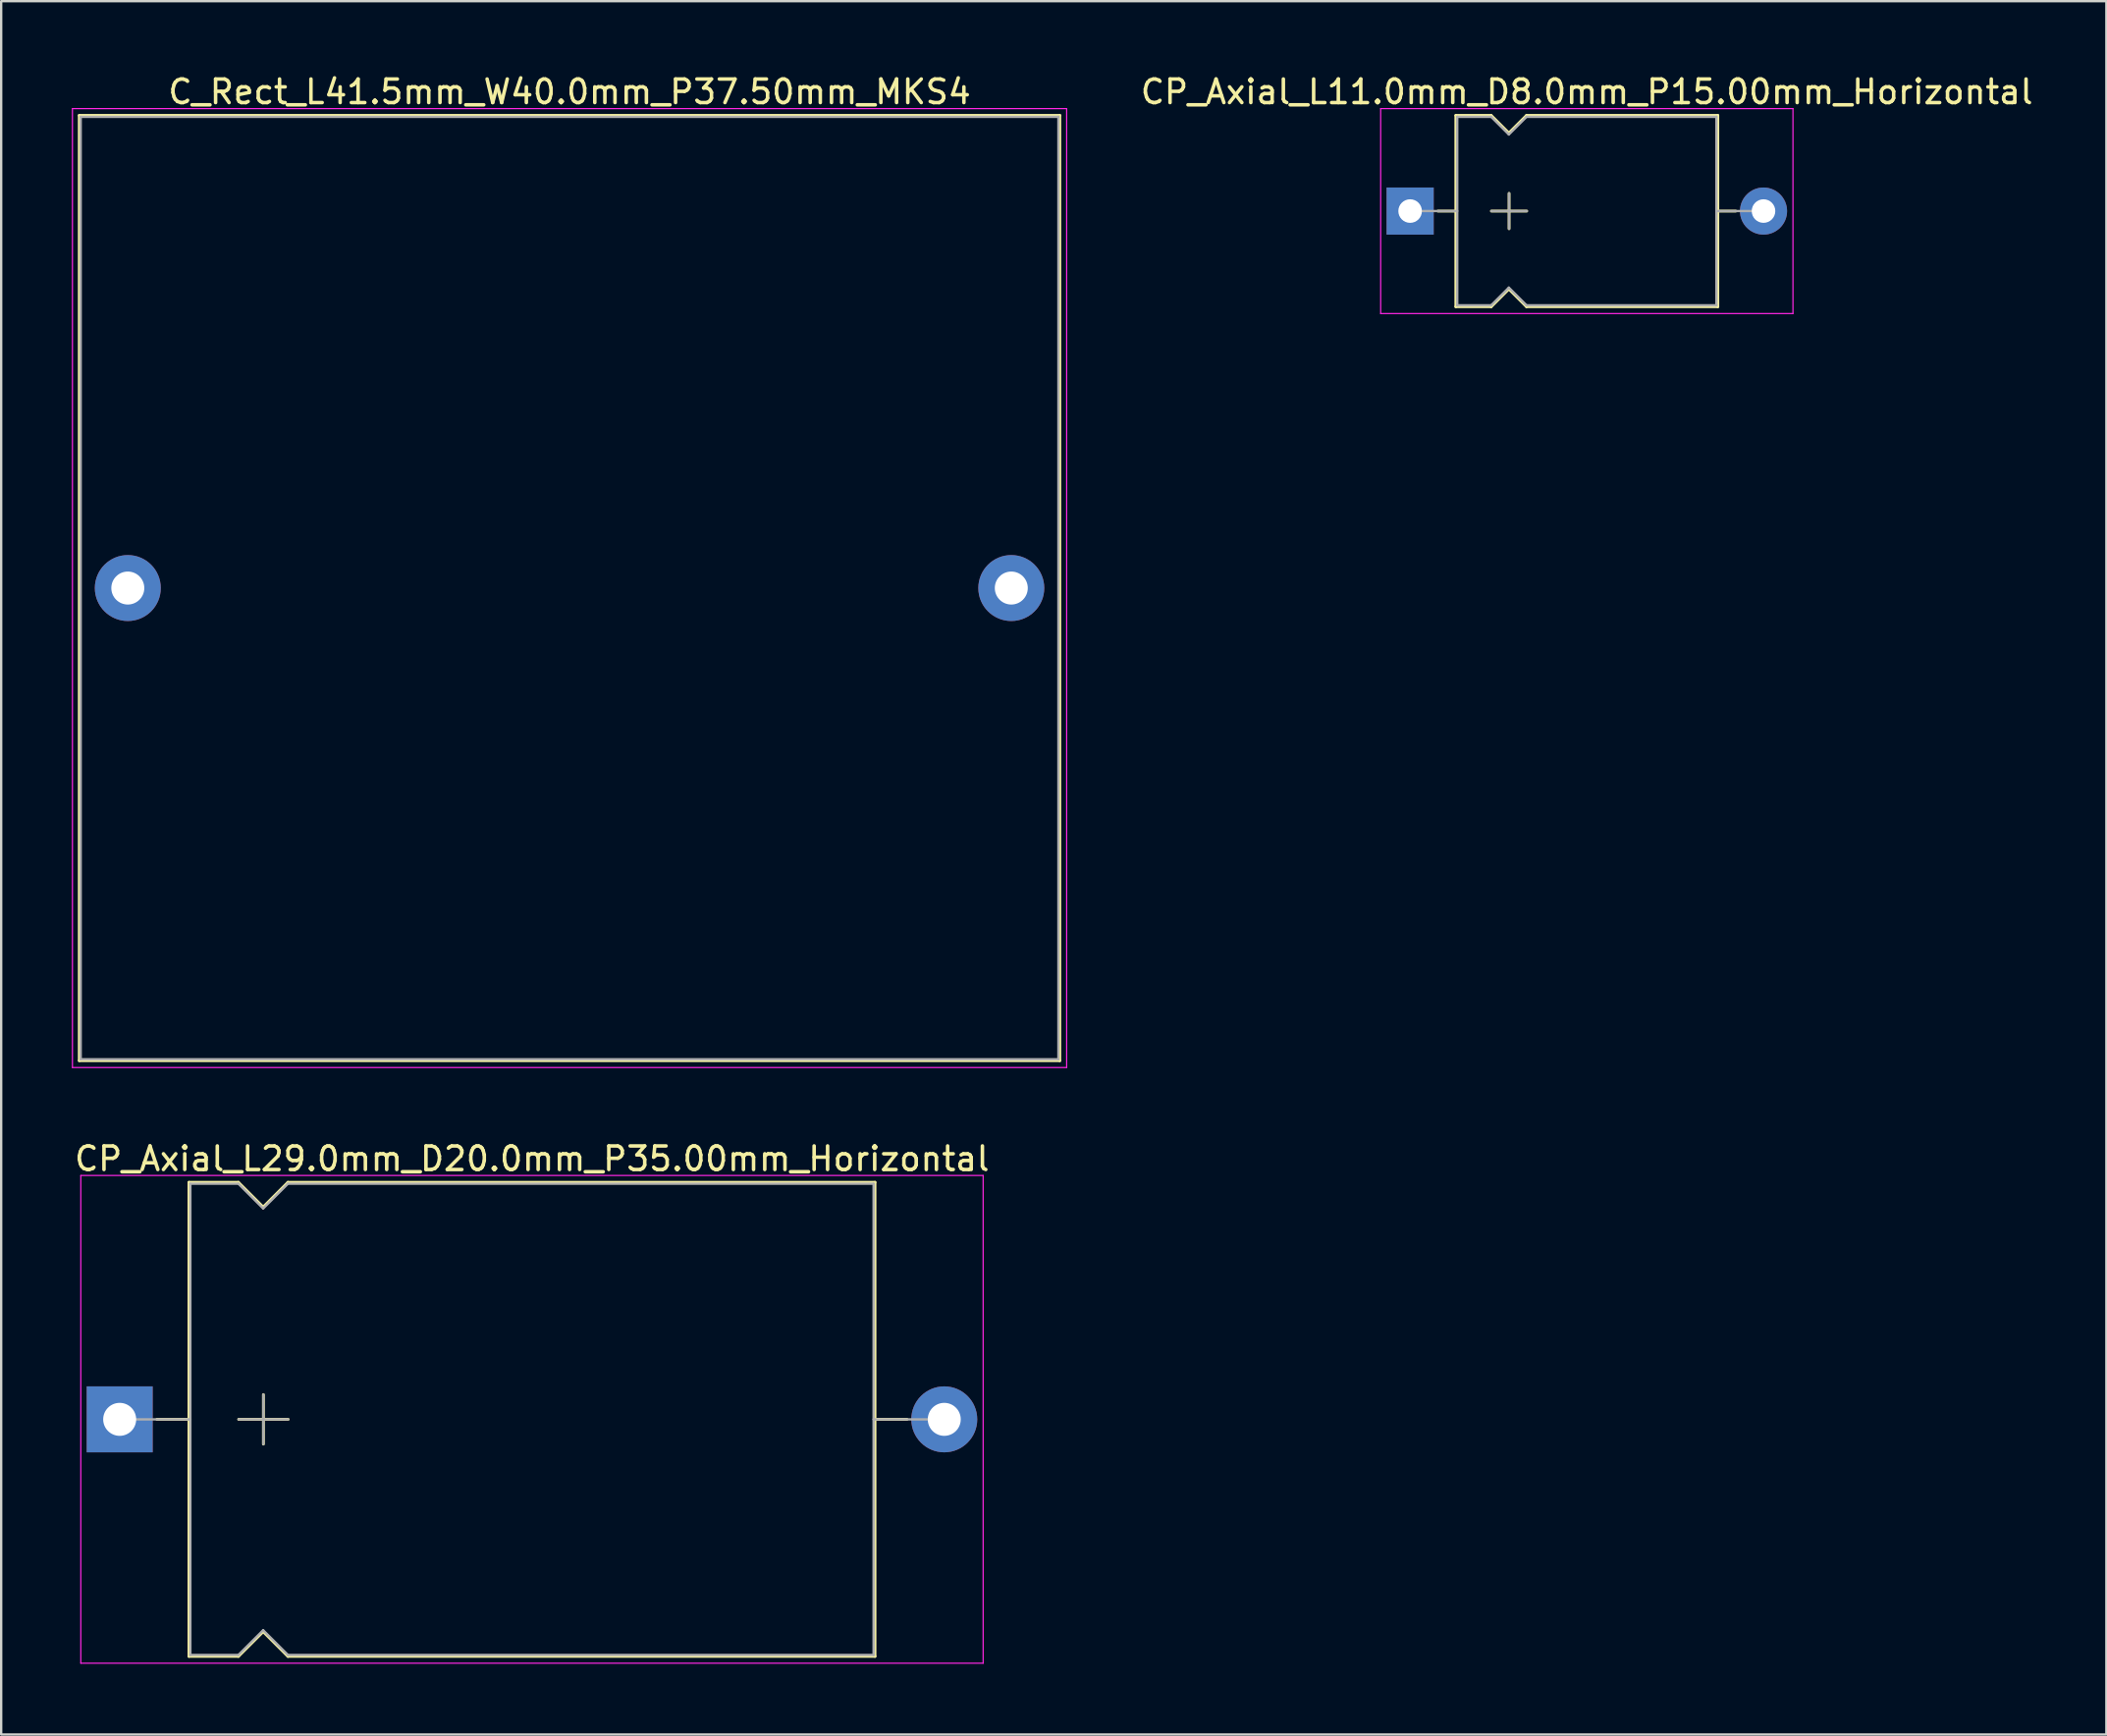
<source format=kicad_pcb>
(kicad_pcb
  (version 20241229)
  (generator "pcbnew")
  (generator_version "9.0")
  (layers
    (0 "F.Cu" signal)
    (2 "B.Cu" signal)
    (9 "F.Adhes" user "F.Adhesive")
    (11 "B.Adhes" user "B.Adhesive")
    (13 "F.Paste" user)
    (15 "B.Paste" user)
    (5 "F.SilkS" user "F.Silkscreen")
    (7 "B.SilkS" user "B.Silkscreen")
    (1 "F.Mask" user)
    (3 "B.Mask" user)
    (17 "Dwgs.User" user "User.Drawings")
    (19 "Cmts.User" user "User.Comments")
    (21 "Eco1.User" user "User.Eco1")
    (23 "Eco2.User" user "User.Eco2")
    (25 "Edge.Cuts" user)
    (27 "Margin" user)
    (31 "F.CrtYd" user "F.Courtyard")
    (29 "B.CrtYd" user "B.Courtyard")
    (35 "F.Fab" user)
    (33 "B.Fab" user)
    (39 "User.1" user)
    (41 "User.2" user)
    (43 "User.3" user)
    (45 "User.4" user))
  (footprint "C_Rect_L41.5mm_W40.0mm_P37.50mm_MKS4"
    (layer "F.Cu")
    (at 2.375 21.908)
    (property "Reference" "C_Rect_L41.5mm_W40.0mm_P37.50mm_MKS4" (at 18.75 -21.06 0) (layer "F.SilkS") (effects (font (size 1 1) (thickness 0.15))))
    (attr through_hole)
    (fp_line (start -2.06 -20.06) (end -2.06 20.06) (stroke (width 0.12) (type solid)) (layer "F.SilkS"))
    (fp_line (start -2.06 -20.06) (end 39.56 -20.06) (stroke (width 0.12) (type solid)) (layer "F.SilkS"))
    (fp_line (start -2.06 20.06) (end 39.56 20.06) (stroke (width 0.12) (type solid)) (layer "F.SilkS"))
    (fp_line (start 39.56 -20.06) (end 39.56 20.06) (stroke (width 0.12) (type solid)) (layer "F.SilkS"))
    (fp_line (start -2.35 -20.35) (end -2.35 20.35) (stroke (width 0.05) (type solid)) (layer "F.CrtYd"))
    (fp_line (start -2.35 20.35) (end 39.85 20.35) (stroke (width 0.05) (type solid)) (layer "F.CrtYd"))
    (fp_line (start 39.85 -20.35) (end -2.35 -20.35) (stroke (width 0.05) (type solid)) (layer "F.CrtYd"))
    (fp_line (start 39.85 20.35) (end 39.85 -20.35) (stroke (width 0.05) (type solid)) (layer "F.CrtYd"))
    (fp_line (start -2 -20) (end -2 20) (stroke (width 0.1) (type solid)) (layer "F.Fab"))
    (fp_line (start -2 20) (end 39.5 20) (stroke (width 0.1) (type solid)) (layer "F.Fab"))
    (fp_line (start 39.5 -20) (end -2 -20) (stroke (width 0.1) (type solid)) (layer "F.Fab"))
    (fp_line (start 39.5 20) (end 39.5 -20) (stroke (width 0.1) (type solid)) (layer "F.Fab"))
    (pad "1" thru_hole circle (at 0 0) (size 2.8 2.8) (drill 1.4) (layers "*.Cu" "*.Mask"))
    (pad "2" thru_hole circle (at 37.5 0) (size 2.8 2.8) (drill 1.4) (layers "*.Cu" "*.Mask")))
  (footprint "CP_Axial_L29.0mm_D20.0mm_P35.00mm_Horizontal"
    (layer "F.Cu")
    (at 2.03 57.191)
    (property "Reference" "CP_Axial_L29.0mm_D20.0mm_P35.00mm_Horizontal" (at 17.5 -11.06 0) (layer "F.SilkS") (effects (font (size 1 1) (thickness 0.15))))
    (attr through_hole)
    (fp_line (start 1.58 0) (end 2.94 0) (stroke (width 0.12) (type solid)) (layer "F.SilkS"))
    (fp_line (start 2.94 -10.06) (end 2.94 10.06) (stroke (width 0.12) (type solid)) (layer "F.SilkS"))
    (fp_line (start 2.94 -10.06) (end 5.04 -10.06) (stroke (width 0.12) (type solid)) (layer "F.SilkS"))
    (fp_line (start 2.94 10.06) (end 5.04 10.06) (stroke (width 0.12) (type solid)) (layer "F.SilkS"))
    (fp_line (start 5.04 -10.06) (end 6.09 -9.01) (stroke (width 0.12) (type solid)) (layer "F.SilkS"))
    (fp_line (start 5.04 10.06) (end 6.09 9.01) (stroke (width 0.12) (type solid)) (layer "F.SilkS"))
    (fp_line (start 5.05 0) (end 7.15 0) (stroke (width 0.12) (type solid)) (layer "F.SilkS"))
    (fp_line (start 6.09 -9.01) (end 7.14 -10.06) (stroke (width 0.12) (type solid)) (layer "F.SilkS"))
    (fp_line (start 6.09 9.01) (end 7.14 10.06) (stroke (width 0.12) (type solid)) (layer "F.SilkS"))
    (fp_line (start 6.1 -1.05) (end 6.1 1.05) (stroke (width 0.12) (type solid)) (layer "F.SilkS"))
    (fp_line (start 7.14 -10.06) (end 32.06 -10.06) (stroke (width 0.12) (type solid)) (layer "F.SilkS"))
    (fp_line (start 7.14 10.06) (end 32.06 10.06) (stroke (width 0.12) (type solid)) (layer "F.SilkS"))
    (fp_line (start 32.06 -10.06) (end 32.06 10.06) (stroke (width 0.12) (type solid)) (layer "F.SilkS"))
    (fp_line (start 33.42 0) (end 32.06 0) (stroke (width 0.12) (type solid)) (layer "F.SilkS"))
    (fp_line (start -1.65 -10.35) (end -1.65 10.35) (stroke (width 0.05) (type solid)) (layer "F.CrtYd"))
    (fp_line (start -1.65 10.35) (end 36.65 10.35) (stroke (width 0.05) (type solid)) (layer "F.CrtYd"))
    (fp_line (start 36.65 -10.35) (end -1.65 -10.35) (stroke (width 0.05) (type solid)) (layer "F.CrtYd"))
    (fp_line (start 36.65 10.35) (end 36.65 -10.35) (stroke (width 0.05) (type solid)) (layer "F.CrtYd"))
    (fp_line (start 0 0) (end 3 0) (stroke (width 0.1) (type solid)) (layer "F.Fab"))
    (fp_line (start 3 -10) (end 3 10) (stroke (width 0.1) (type solid)) (layer "F.Fab"))
    (fp_line (start 3 -10) (end 5.04 -10) (stroke (width 0.1) (type solid)) (layer "F.Fab"))
    (fp_line (start 3 10) (end 5.04 10) (stroke (width 0.1) (type solid)) (layer "F.Fab"))
    (fp_line (start 5.04 -10) (end 6.09 -8.95) (stroke (width 0.1) (type solid)) (layer "F.Fab"))
    (fp_line (start 5.04 10) (end 6.09 8.95) (stroke (width 0.1) (type solid)) (layer "F.Fab"))
    (fp_line (start 5.05 0) (end 7.15 0) (stroke (width 0.1) (type solid)) (layer "F.Fab"))
    (fp_line (start 6.09 -8.95) (end 7.14 -10) (stroke (width 0.1) (type solid)) (layer "F.Fab"))
    (fp_line (start 6.09 8.95) (end 7.14 10) (stroke (width 0.1) (type solid)) (layer "F.Fab"))
    (fp_line (start 6.1 -1.05) (end 6.1 1.05) (stroke (width 0.1) (type solid)) (layer "F.Fab"))
    (fp_line (start 7.14 -10) (end 32 -10) (stroke (width 0.1) (type solid)) (layer "F.Fab"))
    (fp_line (start 7.14 10) (end 32 10) (stroke (width 0.1) (type solid)) (layer "F.Fab"))
    (fp_line (start 32 -10) (end 32 10) (stroke (width 0.1) (type solid)) (layer "F.Fab"))
    (fp_line (start 35 0) (end 32 0) (stroke (width 0.1) (type solid)) (layer "F.Fab"))
    (pad "1" thru_hole rect (at 0 0) (size 2.8 2.8) (drill 1.4) (layers "*.Cu" "*.Mask"))
    (pad "2" thru_hole oval (at 35 0) (size 2.8 2.8) (drill 1.4) (layers "*.Cu" "*.Mask")))
  (footprint "CP_Axial_L11.0mm_D8.0mm_P15.00mm_Horizontal"
    (layer "F.Cu")
    (at 56.804 5.908)
    (property "Reference" "CP_Axial_L11.0mm_D8.0mm_P15.00mm_Horizontal" (at 7.5 -5.06 0) (layer "F.SilkS") (effects (font (size 1 1) (thickness 0.15))))
    (attr through_hole)
    (fp_line (start 1.18 0) (end 1.94 0) (stroke (width 0.12) (type solid)) (layer "F.SilkS"))
    (fp_line (start 1.94 -4.06) (end 1.94 4.06) (stroke (width 0.12) (type solid)) (layer "F.SilkS"))
    (fp_line (start 1.94 -4.06) (end 3.44 -4.06) (stroke (width 0.12) (type solid)) (layer "F.SilkS"))
    (fp_line (start 1.94 4.06) (end 3.44 4.06) (stroke (width 0.12) (type solid)) (layer "F.SilkS"))
    (fp_line (start 3.44 -4.06) (end 4.19 -3.31) (stroke (width 0.12) (type solid)) (layer "F.SilkS"))
    (fp_line (start 3.44 4.06) (end 4.19 3.31) (stroke (width 0.12) (type solid)) (layer "F.SilkS"))
    (fp_line (start 3.45 0) (end 4.95 0) (stroke (width 0.12) (type solid)) (layer "F.SilkS"))
    (fp_line (start 4.19 -3.31) (end 4.94 -4.06) (stroke (width 0.12) (type solid)) (layer "F.SilkS"))
    (fp_line (start 4.19 3.31) (end 4.94 4.06) (stroke (width 0.12) (type solid)) (layer "F.SilkS"))
    (fp_line (start 4.2 -0.75) (end 4.2 0.75) (stroke (width 0.12) (type solid)) (layer "F.SilkS"))
    (fp_line (start 4.94 -4.06) (end 13.06 -4.06) (stroke (width 0.12) (type solid)) (layer "F.SilkS"))
    (fp_line (start 4.94 4.06) (end 13.06 4.06) (stroke (width 0.12) (type solid)) (layer "F.SilkS"))
    (fp_line (start 13.06 -4.06) (end 13.06 4.06) (stroke (width 0.12) (type solid)) (layer "F.SilkS"))
    (fp_line (start 13.82 0) (end 13.06 0) (stroke (width 0.12) (type solid)) (layer "F.SilkS"))
    (fp_line (start -1.25 -4.35) (end -1.25 4.35) (stroke (width 0.05) (type solid)) (layer "F.CrtYd"))
    (fp_line (start -1.25 4.35) (end 16.25 4.35) (stroke (width 0.05) (type solid)) (layer "F.CrtYd"))
    (fp_line (start 16.25 -4.35) (end -1.25 -4.35) (stroke (width 0.05) (type solid)) (layer "F.CrtYd"))
    (fp_line (start 16.25 4.35) (end 16.25 -4.35) (stroke (width 0.05) (type solid)) (layer "F.CrtYd"))
    (fp_line (start 0 0) (end 2 0) (stroke (width 0.1) (type solid)) (layer "F.Fab"))
    (fp_line (start 2 -4) (end 2 4) (stroke (width 0.1) (type solid)) (layer "F.Fab"))
    (fp_line (start 2 -4) (end 3.44 -4) (stroke (width 0.1) (type solid)) (layer "F.Fab"))
    (fp_line (start 2 4) (end 3.44 4) (stroke (width 0.1) (type solid)) (layer "F.Fab"))
    (fp_line (start 3.44 -4) (end 4.19 -3.25) (stroke (width 0.1) (type solid)) (layer "F.Fab"))
    (fp_line (start 3.44 4) (end 4.19 3.25) (stroke (width 0.1) (type solid)) (layer "F.Fab"))
    (fp_line (start 3.45 0) (end 4.95 0) (stroke (width 0.1) (type solid)) (layer "F.Fab"))
    (fp_line (start 4.19 -3.25) (end 4.94 -4) (stroke (width 0.1) (type solid)) (layer "F.Fab"))
    (fp_line (start 4.19 3.25) (end 4.94 4) (stroke (width 0.1) (type solid)) (layer "F.Fab"))
    (fp_line (start 4.2 -0.75) (end 4.2 0.75) (stroke (width 0.1) (type solid)) (layer "F.Fab"))
    (fp_line (start 4.94 -4) (end 13 -4) (stroke (width 0.1) (type solid)) (layer "F.Fab"))
    (fp_line (start 4.94 4) (end 13 4) (stroke (width 0.1) (type solid)) (layer "F.Fab"))
    (fp_line (start 13 -4) (end 13 4) (stroke (width 0.1) (type solid)) (layer "F.Fab"))
    (fp_line (start 15 0) (end 13 0) (stroke (width 0.1) (type solid)) (layer "F.Fab"))
    (pad "1" thru_hole rect (at 0 0) (size 2 2) (drill 1) (layers "*.Cu" "*.Mask"))
    (pad "2" thru_hole oval (at 15 0) (size 2 2) (drill 1) (layers "*.Cu" "*.Mask")))
  (gr_rect
    (start -3 -3)
    (end 86.357 70.567)
    (stroke (width 0.1) (type default))
    (fill no)
    (layer "Edge.Cuts")))
</source>
